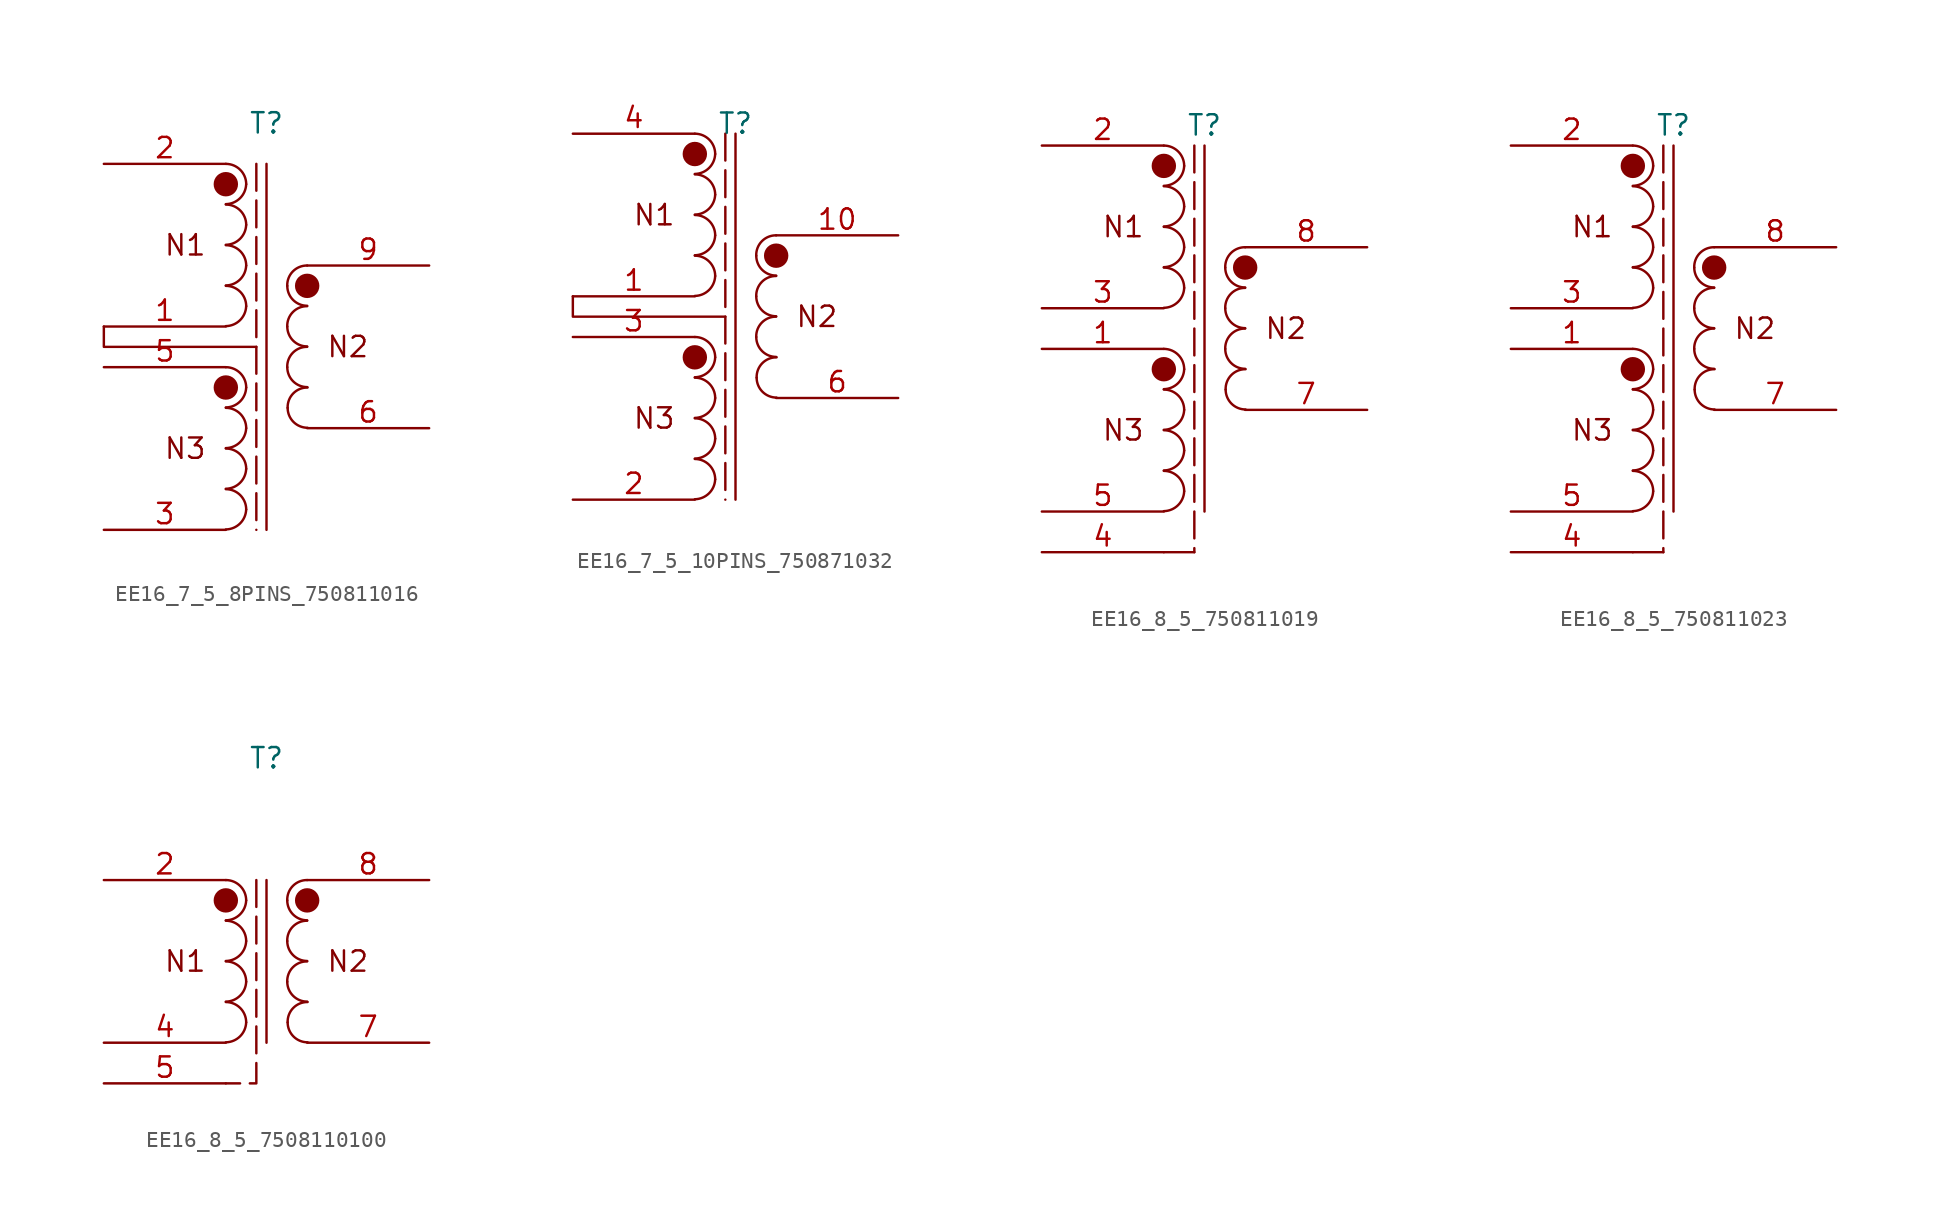
<source format=kicad_sym>
(kicad_symbol_lib
  (version 20220914)
  (generator kicad_symbol_editor)
  (symbol "EE16_7_5_8PINS_750811016"
    (pin_names hide)
    (property "Reference" "T"
      (at 0 13.97 0)
      (effects (font (size 1.27 1.27))))
    (symbol "EE16_7_5_8PINS_750811016_0_1"
      (arc (start -2.54 -11.4046) (mid -1.6561 -11.0363) (end -1.27 -10.16) (stroke (width 0) (type default)) (fill (type none)))
      (arc (start -2.54 -8.8646) (mid -1.6561 -8.4963) (end -1.27 -7.62) (stroke (width 0) (type default)) (fill (type none)))
      (arc (start -2.54 -6.3246) (mid -1.6561 -5.9563) (end -1.27 -5.08) (stroke (width 0) (type default)) (fill (type none)))
      (arc (start -2.54 -3.7846) (mid -1.6561 -3.4163) (end -1.27 -2.54) (stroke (width 0) (type default)) (fill (type none)))
      (arc (start -2.54 1.2954) (mid -1.6561 1.6637) (end -1.27 2.54) (stroke (width 0) (type default)) (fill (type none)))
      (arc (start -2.54 3.8354) (mid -1.6561 4.2037) (end -1.27 5.08) (stroke (width 0) (type default)) (fill (type none)))
      (arc (start -2.54 6.3754) (mid -1.6561 6.7437) (end -1.27 7.62) (stroke (width 0) (type default)) (fill (type none)))
      (arc (start -2.54 8.9154) (mid -1.6561 9.2837) (end -1.27 10.16) (stroke (width 0) (type default)) (fill (type none)))
      (arc (start -1.27 -10.16) (mid -1.642 -9.262) (end -2.54 -8.89) (stroke (width 0) (type default)) (fill (type none)))
      (arc (start -1.27 -7.62) (mid -1.642 -6.722) (end -2.54 -6.35) (stroke (width 0) (type default)) (fill (type none)))
      (arc (start -1.27 -5.08) (mid -1.642 -4.182) (end -2.54 -3.81) (stroke (width 0) (type default)) (fill (type none)))
      (arc (start -1.27 -2.54) (mid -1.642 -1.642) (end -2.54 -1.27) (stroke (width 0) (type default)) (fill (type none)))
      (arc (start -1.27 2.54) (mid -1.642 3.438) (end -2.54 3.81) (stroke (width 0) (type default)) (fill (type none)))
      (arc (start -1.27 5.08) (mid -1.642 5.978) (end -2.54 6.35) (stroke (width 0) (type default)) (fill (type none)))
      (arc (start -1.27 7.62) (mid -1.642 8.518) (end -2.54 8.89) (stroke (width 0) (type default)) (fill (type none)))
      (arc (start -1.27 10.16) (mid -1.642 11.058) (end -2.54 11.43) (stroke (width 0) (type default)) (fill (type none)))
      (polyline (pts (xy 0 11.43) (xy 0 -11.43)) (stroke (width 0) (type default)) (fill (type none)))
      (polyline (pts (xy -10.16 1.27) (xy -10.16 0) (xy -0.635 0)) (stroke (width 0) (type default)) (fill (type none)))
      (arc (start 1.2954 -1.27) (mid 1.6599 -2.1501) (end 2.54 -2.5146) (stroke (width 0) (type default)) (fill (type none)))
      (arc (start 1.2954 1.27) (mid 1.6599 0.3899) (end 2.54 0.0254) (stroke (width 0) (type default)) (fill (type none)))
      (arc (start 1.2954 3.81) (mid 1.6599 2.9299) (end 2.54 2.5654) (stroke (width 0) (type default)) (fill (type none)))
      (arc (start 1.3208 -3.81) (mid 1.6853 -4.6901) (end 2.5654 -5.0546) (stroke (width 0) (type default)) (fill (type none)))
      (arc (start 2.54 0) (mid 1.642 -0.372) (end 1.2954 -1.27) (stroke (width 0) (type default)) (fill (type none)))
      (arc (start 2.54 2.54) (mid 1.642 2.168) (end 1.2954 1.27) (stroke (width 0) (type default)) (fill (type none)))
      (arc (start 2.54 5.08) (mid 1.642 4.708) (end 1.2954 3.81) (stroke (width 0) (type default)) (fill (type none)))
      (arc (start 2.5654 -2.54) (mid 1.6674 -2.912) (end 1.3208 -3.81) (stroke (width 0) (type default)) (fill (type none))))
    (symbol "EE16_7_5_8PINS_750811016_1_1"
      (circle (center -2.54 -2.54) (radius 0.0001) (stroke (width 0.762) (type default)) (fill (type none)))
      (circle (center -2.54 10.16) (radius 0.0001) (stroke (width 0.762) (type default)) (fill (type none)))
      (polyline (pts (xy -0.635 11.43) (xy -0.635 -11.43)) (stroke (width 0) (type dash)) (fill (type none)))
      (circle (center 2.54 3.81) (radius 0.0001) (stroke (width 0.762) (type default)) (fill (type none)))
      (text "N1" (at -5.08 6.35 0) (effects (font (size 1.27 1.27))))
      (text "N2" (at 5.08 0 0) (effects (font (size 1.27 1.27))))
      (text "N3" (at -5.08 -6.35 0) (effects (font (size 1.27 1.27))))
      (pin passive line (at -10.16 1.27 0) (length 7.62) (name "1" (effects (font (size 1.27 1.27)))) (number "1" (effects (font (size 1.27 1.27)))))
      (pin passive line (at -10.16 11.43 0) (length 7.62) (name "2" (effects (font (size 1.27 1.27)))) (number "2" (effects (font (size 1.27 1.27)))))
      (pin passive line (at -10.16 -11.43 0) (length 7.62) (name "3" (effects (font (size 1.27 1.27)))) (number "3" (effects (font (size 1.27 1.27)))))
      (pin passive line (at -10.16 -1.27 0) (length 7.62) (name "5" (effects (font (size 1.27 1.27)))) (number "5" (effects (font (size 1.27 1.27)))))
      (pin passive line (at 10.16 -5.08 180) (length 7.62) (name "6" (effects (font (size 1.27 1.27)))) (number "6" (effects (font (size 1.27 1.27)))))
      (pin passive line (at 10.16 5.08 180) (length 7.62) (name "9" (effects (font (size 1.27 1.27)))) (number "9" (effects (font (size 1.27 1.27)))))))
  (symbol "EE16_7_5_10PINS_750871032"
    (pin_names hide)
    (property "Reference" "T"
      (at 0 12.065 0)
      (effects (font (size 1.27 1.27))))
    (symbol "EE16_7_5_10PINS_750871032_0_1"
      (arc (start -2.54 -11.4046) (mid -1.6561 -11.0363) (end -1.27 -10.16) (stroke (width 0) (type default)) (fill (type none)))
      (arc (start -2.54 -8.8646) (mid -1.6561 -8.4963) (end -1.27 -7.62) (stroke (width 0) (type default)) (fill (type none)))
      (arc (start -2.54 -6.3246) (mid -1.6561 -5.9563) (end -1.27 -5.08) (stroke (width 0) (type default)) (fill (type none)))
      (arc (start -2.54 -3.7846) (mid -1.6561 -3.4163) (end -1.27 -2.54) (stroke (width 0) (type default)) (fill (type none)))
      (arc (start -2.54 1.2954) (mid -1.6561 1.6637) (end -1.27 2.54) (stroke (width 0) (type default)) (fill (type none)))
      (arc (start -2.54 3.8354) (mid -1.6561 4.2037) (end -1.27 5.08) (stroke (width 0) (type default)) (fill (type none)))
      (arc (start -2.54 6.3754) (mid -1.6561 6.7437) (end -1.27 7.62) (stroke (width 0) (type default)) (fill (type none)))
      (arc (start -2.54 8.9154) (mid -1.6561 9.2837) (end -1.27 10.16) (stroke (width 0) (type default)) (fill (type none)))
      (arc (start -1.27 -10.16) (mid -1.642 -9.262) (end -2.54 -8.89) (stroke (width 0) (type default)) (fill (type none)))
      (arc (start -1.27 -7.62) (mid -1.642 -6.722) (end -2.54 -6.35) (stroke (width 0) (type default)) (fill (type none)))
      (arc (start -1.27 -5.08) (mid -1.642 -4.182) (end -2.54 -3.81) (stroke (width 0) (type default)) (fill (type none)))
      (arc (start -1.27 -2.54) (mid -1.642 -1.642) (end -2.54 -1.27) (stroke (width 0) (type default)) (fill (type none)))
      (arc (start -1.27 2.54) (mid -1.642 3.438) (end -2.54 3.81) (stroke (width 0) (type default)) (fill (type none)))
      (arc (start -1.27 5.08) (mid -1.642 5.978) (end -2.54 6.35) (stroke (width 0) (type default)) (fill (type none)))
      (arc (start -1.27 7.62) (mid -1.642 8.518) (end -2.54 8.89) (stroke (width 0) (type default)) (fill (type none)))
      (arc (start -1.27 10.16) (mid -1.642 11.058) (end -2.54 11.43) (stroke (width 0) (type default)) (fill (type none)))
      (polyline (pts (xy 0 11.43) (xy 0 -11.43)) (stroke (width 0) (type default)) (fill (type none)))
      (polyline (pts (xy -10.16 1.27) (xy -10.16 0) (xy -0.635 0)) (stroke (width 0) (type default)) (fill (type none)))
      (arc (start 1.2954 -1.27) (mid 1.6599 -2.1501) (end 2.54 -2.5146) (stroke (width 0) (type default)) (fill (type none)))
      (arc (start 1.2954 1.27) (mid 1.6599 0.3899) (end 2.54 0.0254) (stroke (width 0) (type default)) (fill (type none)))
      (arc (start 1.2954 3.81) (mid 1.6599 2.9299) (end 2.54 2.5654) (stroke (width 0) (type default)) (fill (type none)))
      (arc (start 1.3208 -3.81) (mid 1.6853 -4.6901) (end 2.5654 -5.0546) (stroke (width 0) (type default)) (fill (type none)))
      (arc (start 2.54 0) (mid 1.642 -0.372) (end 1.2954 -1.27) (stroke (width 0) (type default)) (fill (type none)))
      (arc (start 2.54 2.54) (mid 1.642 2.168) (end 1.2954 1.27) (stroke (width 0) (type default)) (fill (type none)))
      (arc (start 2.54 5.08) (mid 1.642 4.708) (end 1.2954 3.81) (stroke (width 0) (type default)) (fill (type none)))
      (arc (start 2.5654 -2.54) (mid 1.6674 -2.912) (end 1.3208 -3.81) (stroke (width 0) (type default)) (fill (type none))))
    (symbol "EE16_7_5_10PINS_750871032_1_1"
      (circle (center -2.54 -2.54) (radius 0.0001) (stroke (width 0.762) (type default)) (fill (type none)))
      (circle (center -2.54 10.16) (radius 0.0001) (stroke (width 0.762) (type default)) (fill (type none)))
      (polyline (pts (xy -0.635 11.43) (xy -0.635 -11.43)) (stroke (width 0) (type dash)) (fill (type none)))
      (circle (center 2.54 3.81) (radius 0.0001) (stroke (width 0.762) (type default)) (fill (type none)))
      (text "N1" (at -5.08 6.35 0) (effects (font (size 1.27 1.27))))
      (text "N2" (at 5.08 0 0) (effects (font (size 1.27 1.27))))
      (text "N3" (at -5.08 -6.35 0) (effects (font (size 1.27 1.27))))
      (pin passive line (at -10.16 1.27 0) (length 7.62) (name "1" (effects (font (size 1.27 1.27)))) (number "1" (effects (font (size 1.27 1.27)))))
      (pin passive line (at 10.16 5.08 180) (length 7.62) (name "10" (effects (font (size 1.27 1.27)))) (number "10" (effects (font (size 1.27 1.27)))))
      (pin passive line (at -10.16 -11.43 0) (length 7.62) (name "2" (effects (font (size 1.27 1.27)))) (number "2" (effects (font (size 1.27 1.27)))))
      (pin passive line (at -10.16 -1.27 0) (length 7.62) (name "3" (effects (font (size 1.27 1.27)))) (number "3" (effects (font (size 1.27 1.27)))))
      (pin passive line (at -10.16 11.43 0) (length 7.62) (name "4" (effects (font (size 1.27 1.27)))) (number "4" (effects (font (size 1.27 1.27)))))
      (pin passive line (at 10.16 -5.08 180) (length 7.62) (name "6" (effects (font (size 1.27 1.27)))) (number "6" (effects (font (size 1.27 1.27)))))))
  (symbol "EE16_8_5_750811019"
    (pin_names hide)
    (property "Reference" "T"
      (at 0 12.7 0)
      (effects (font (size 1.27 1.27))))
    (symbol "EE16_8_5_750811019_0_1"
      (arc (start -2.54 -11.4046) (mid -1.6561 -11.0363) (end -1.27 -10.16) (stroke (width 0) (type default)) (fill (type none)))
      (arc (start -2.54 -8.8646) (mid -1.6561 -8.4963) (end -1.27 -7.62) (stroke (width 0) (type default)) (fill (type none)))
      (arc (start -2.54 -6.3246) (mid -1.6561 -5.9563) (end -1.27 -5.08) (stroke (width 0) (type default)) (fill (type none)))
      (arc (start -2.54 -3.7846) (mid -1.6561 -3.4163) (end -1.27 -2.54) (stroke (width 0) (type default)) (fill (type none)))
      (arc (start -2.54 1.2954) (mid -1.6561 1.6637) (end -1.27 2.54) (stroke (width 0) (type default)) (fill (type none)))
      (arc (start -2.54 3.8354) (mid -1.6561 4.2037) (end -1.27 5.08) (stroke (width 0) (type default)) (fill (type none)))
      (arc (start -2.54 6.3754) (mid -1.6561 6.7437) (end -1.27 7.62) (stroke (width 0) (type default)) (fill (type none)))
      (arc (start -2.54 8.9154) (mid -1.6561 9.2837) (end -1.27 10.16) (stroke (width 0) (type default)) (fill (type none)))
      (arc (start -1.27 -10.16) (mid -1.642 -9.262) (end -2.54 -8.89) (stroke (width 0) (type default)) (fill (type none)))
      (arc (start -1.27 -7.62) (mid -1.642 -6.722) (end -2.54 -6.35) (stroke (width 0) (type default)) (fill (type none)))
      (arc (start -1.27 -5.08) (mid -1.642 -4.182) (end -2.54 -3.81) (stroke (width 0) (type default)) (fill (type none)))
      (arc (start -1.27 -2.54) (mid -1.642 -1.642) (end -2.54 -1.27) (stroke (width 0) (type default)) (fill (type none)))
      (arc (start -1.27 2.54) (mid -1.642 3.438) (end -2.54 3.81) (stroke (width 0) (type default)) (fill (type none)))
      (arc (start -1.27 5.08) (mid -1.642 5.978) (end -2.54 6.35) (stroke (width 0) (type default)) (fill (type none)))
      (arc (start -1.27 7.62) (mid -1.642 8.518) (end -2.54 8.89) (stroke (width 0) (type default)) (fill (type none)))
      (arc (start -1.27 10.16) (mid -1.642 11.058) (end -2.54 11.43) (stroke (width 0) (type default)) (fill (type none)))
      (polyline (pts (xy -2.54 -13.97) (xy -0.635 -13.97)) (stroke (width 0) (type default)) (fill (type none)))
      (polyline (pts (xy 0 11.43) (xy 0 -11.43)) (stroke (width 0) (type default)) (fill (type none)))
      (arc (start 1.2954 -1.27) (mid 1.6599 -2.1501) (end 2.54 -2.5146) (stroke (width 0) (type default)) (fill (type none)))
      (arc (start 1.2954 1.27) (mid 1.6599 0.3899) (end 2.54 0.0254) (stroke (width 0) (type default)) (fill (type none)))
      (arc (start 1.2954 3.81) (mid 1.6599 2.9299) (end 2.54 2.5654) (stroke (width 0) (type default)) (fill (type none)))
      (arc (start 1.3208 -3.81) (mid 1.6853 -4.6901) (end 2.5654 -5.0546) (stroke (width 0) (type default)) (fill (type none)))
      (arc (start 2.54 0) (mid 1.642 -0.372) (end 1.2954 -1.27) (stroke (width 0) (type default)) (fill (type none)))
      (arc (start 2.54 2.54) (mid 1.642 2.168) (end 1.2954 1.27) (stroke (width 0) (type default)) (fill (type none)))
      (arc (start 2.54 5.08) (mid 1.642 4.708) (end 1.2954 3.81) (stroke (width 0) (type default)) (fill (type none)))
      (arc (start 2.5654 -2.54) (mid 1.6674 -2.912) (end 1.3208 -3.81) (stroke (width 0) (type default)) (fill (type none))))
    (symbol "EE16_8_5_750811019_1_1"
      (circle (center -2.54 -2.54) (radius 0.0001) (stroke (width 0.762) (type default)) (fill (type none)))
      (circle (center -2.54 10.16) (radius 0.0001) (stroke (width 0.762) (type default)) (fill (type none)))
      (polyline (pts (xy -0.635 11.43) (xy -0.635 -13.97)) (stroke (width 0) (type dash)) (fill (type none)))
      (circle (center 2.54 3.81) (radius 0.0001) (stroke (width 0.762) (type default)) (fill (type none)))
      (text "N1" (at -5.08 6.35 0) (effects (font (size 1.27 1.27))))
      (text "N2" (at 5.08 0 0) (effects (font (size 1.27 1.27))))
      (text "N3" (at -5.08 -6.35 0) (effects (font (size 1.27 1.27))))
      (pin passive line (at -10.16 -1.27 0) (length 7.62) (name "1" (effects (font (size 1.27 1.27)))) (number "1" (effects (font (size 1.27 1.27)))))
      (pin passive line (at -10.16 11.43 0) (length 7.62) (name "2" (effects (font (size 1.27 1.27)))) (number "2" (effects (font (size 1.27 1.27)))))
      (pin passive line (at -10.16 1.27 0) (length 7.62) (name "3" (effects (font (size 1.27 1.27)))) (number "3" (effects (font (size 1.27 1.27)))))
      (pin passive line (at -10.16 -13.97 0) (length 7.62) (name "4" (effects (font (size 1.27 1.27)))) (number "4" (effects (font (size 1.27 1.27)))))
      (pin passive line (at -10.16 -11.43 0) (length 7.62) (name "5" (effects (font (size 1.27 1.27)))) (number "5" (effects (font (size 1.27 1.27)))))
      (pin passive line (at 10.16 -5.08 180) (length 7.62) (name "7" (effects (font (size 1.27 1.27)))) (number "7" (effects (font (size 1.27 1.27)))))
      (pin passive line (at 10.16 5.08 180) (length 7.62) (name "8" (effects (font (size 1.27 1.27)))) (number "8" (effects (font (size 1.27 1.27)))))))
  (symbol "EE16_8_5_750811023"
    (pin_names hide)
    (property "Reference" "T"
      (at 0 12.7 0)
      (effects (font (size 1.27 1.27))))
    (symbol "EE16_8_5_750811023_0_1"
      (arc (start -2.54 -11.4046) (mid -1.6561 -11.0363) (end -1.27 -10.16) (stroke (width 0) (type default)) (fill (type none)))
      (arc (start -2.54 -8.8646) (mid -1.6561 -8.4963) (end -1.27 -7.62) (stroke (width 0) (type default)) (fill (type none)))
      (arc (start -2.54 -6.3246) (mid -1.6561 -5.9563) (end -1.27 -5.08) (stroke (width 0) (type default)) (fill (type none)))
      (arc (start -2.54 -3.7846) (mid -1.6561 -3.4163) (end -1.27 -2.54) (stroke (width 0) (type default)) (fill (type none)))
      (arc (start -2.54 1.2954) (mid -1.6561 1.6637) (end -1.27 2.54) (stroke (width 0) (type default)) (fill (type none)))
      (arc (start -2.54 3.8354) (mid -1.6561 4.2037) (end -1.27 5.08) (stroke (width 0) (type default)) (fill (type none)))
      (arc (start -2.54 6.3754) (mid -1.6561 6.7437) (end -1.27 7.62) (stroke (width 0) (type default)) (fill (type none)))
      (arc (start -2.54 8.9154) (mid -1.6561 9.2837) (end -1.27 10.16) (stroke (width 0) (type default)) (fill (type none)))
      (arc (start -1.27 -10.16) (mid -1.642 -9.262) (end -2.54 -8.89) (stroke (width 0) (type default)) (fill (type none)))
      (arc (start -1.27 -7.62) (mid -1.642 -6.722) (end -2.54 -6.35) (stroke (width 0) (type default)) (fill (type none)))
      (arc (start -1.27 -5.08) (mid -1.642 -4.182) (end -2.54 -3.81) (stroke (width 0) (type default)) (fill (type none)))
      (arc (start -1.27 -2.54) (mid -1.642 -1.642) (end -2.54 -1.27) (stroke (width 0) (type default)) (fill (type none)))
      (arc (start -1.27 2.54) (mid -1.642 3.438) (end -2.54 3.81) (stroke (width 0) (type default)) (fill (type none)))
      (arc (start -1.27 5.08) (mid -1.642 5.978) (end -2.54 6.35) (stroke (width 0) (type default)) (fill (type none)))
      (arc (start -1.27 7.62) (mid -1.642 8.518) (end -2.54 8.89) (stroke (width 0) (type default)) (fill (type none)))
      (arc (start -1.27 10.16) (mid -1.642 11.058) (end -2.54 11.43) (stroke (width 0) (type default)) (fill (type none)))
      (polyline (pts (xy -0.635 -13.97) (xy -2.54 -13.97)) (stroke (width 0) (type default)) (fill (type none)))
      (polyline (pts (xy 0 11.43) (xy 0 -11.43)) (stroke (width 0) (type default)) (fill (type none)))
      (arc (start 1.2954 -1.27) (mid 1.6599 -2.1501) (end 2.54 -2.5146) (stroke (width 0) (type default)) (fill (type none)))
      (arc (start 1.2954 1.27) (mid 1.6599 0.3899) (end 2.54 0.0254) (stroke (width 0) (type default)) (fill (type none)))
      (arc (start 1.2954 3.81) (mid 1.6599 2.9299) (end 2.54 2.5654) (stroke (width 0) (type default)) (fill (type none)))
      (arc (start 1.3208 -3.81) (mid 1.6853 -4.6901) (end 2.5654 -5.0546) (stroke (width 0) (type default)) (fill (type none)))
      (arc (start 2.54 0) (mid 1.642 -0.372) (end 1.2954 -1.27) (stroke (width 0) (type default)) (fill (type none)))
      (arc (start 2.54 2.54) (mid 1.642 2.168) (end 1.2954 1.27) (stroke (width 0) (type default)) (fill (type none)))
      (arc (start 2.54 5.08) (mid 1.642 4.708) (end 1.2954 3.81) (stroke (width 0) (type default)) (fill (type none)))
      (arc (start 2.5654 -2.54) (mid 1.6674 -2.912) (end 1.3208 -3.81) (stroke (width 0) (type default)) (fill (type none))))
    (symbol "EE16_8_5_750811023_1_1"
      (circle (center -2.54 -2.54) (radius 0.0001) (stroke (width 0.762) (type default)) (fill (type none)))
      (circle (center -2.54 10.16) (radius 0.0001) (stroke (width 0.762) (type default)) (fill (type none)))
      (polyline (pts (xy -0.635 11.43) (xy -0.635 -13.97)) (stroke (width 0) (type dash)) (fill (type none)))
      (circle (center 2.54 3.81) (radius 0.0001) (stroke (width 0.762) (type default)) (fill (type none)))
      (text "N1" (at -5.08 6.35 0) (effects (font (size 1.27 1.27))))
      (text "N2" (at 5.08 0 0) (effects (font (size 1.27 1.27))))
      (text "N3" (at -5.08 -6.35 0) (effects (font (size 1.27 1.27))))
      (pin passive line (at -10.16 -1.27 0) (length 7.62) (name "1" (effects (font (size 1.27 1.27)))) (number "1" (effects (font (size 1.27 1.27)))))
      (pin passive line (at -10.16 11.43 0) (length 7.62) (name "2" (effects (font (size 1.27 1.27)))) (number "2" (effects (font (size 1.27 1.27)))))
      (pin passive line (at -10.16 1.27 0) (length 7.62) (name "3" (effects (font (size 1.27 1.27)))) (number "3" (effects (font (size 1.27 1.27)))))
      (pin passive line (at -10.16 -13.97 0) (length 7.62) (name "4" (effects (font (size 1.27 1.27)))) (number "4" (effects (font (size 1.27 1.27)))))
      (pin passive line (at -10.16 -11.43 0) (length 7.62) (name "5" (effects (font (size 1.27 1.27)))) (number "5" (effects (font (size 1.27 1.27)))))
      (pin passive line (at 10.16 -5.08 180) (length 7.62) (name "7" (effects (font (size 1.27 1.27)))) (number "7" (effects (font (size 1.27 1.27)))))
      (pin passive line (at 10.16 5.08 180) (length 7.62) (name "8" (effects (font (size 1.27 1.27)))) (number "8" (effects (font (size 1.27 1.27)))))))
  (symbol "EE16_8_5_7508110100"
    (pin_names hide)
    (property "Reference" "T"
      (at 0 12.7 0)
      (effects (font (size 1.27 1.27))))
    (symbol "EE16_8_5_7508110100_0_1"
      (arc (start -2.54 -5.0546) (mid -1.6599 -4.6901) (end -1.27 -3.81) (stroke (width 0) (type default)) (fill (type none)))
      (arc (start -2.54 -2.5146) (mid -1.6599 -2.1501) (end -1.27 -1.27) (stroke (width 0) (type default)) (fill (type none)))
      (arc (start -2.54 0.0254) (mid -1.6599 0.3899) (end -1.27 1.27) (stroke (width 0) (type default)) (fill (type none)))
      (arc (start -2.54 2.5654) (mid -1.6599 2.9299) (end -1.27 3.81) (stroke (width 0) (type default)) (fill (type none)))
      (arc (start -1.27 -3.81) (mid -1.642 -2.912) (end -2.54 -2.54) (stroke (width 0) (type default)) (fill (type none)))
      (arc (start -1.27 -1.27) (mid -1.642 -0.372) (end -2.54 0) (stroke (width 0) (type default)) (fill (type none)))
      (arc (start -1.27 1.27) (mid -1.642 2.168) (end -2.54 2.54) (stroke (width 0) (type default)) (fill (type none)))
      (arc (start -1.27 3.81) (mid -1.642 4.708) (end -2.54 5.08) (stroke (width 0) (type default)) (fill (type none)))
      (polyline (pts (xy 0 5.08) (xy 0 -5.08)) (stroke (width 0) (type default)) (fill (type none)))
      (arc (start 1.2954 -1.27) (mid 1.6599 -2.1501) (end 2.54 -2.5146) (stroke (width 0) (type default)) (fill (type none)))
      (arc (start 1.2954 1.27) (mid 1.6599 0.3899) (end 2.54 0.0254) (stroke (width 0) (type default)) (fill (type none)))
      (arc (start 1.2954 3.81) (mid 1.6599 2.9299) (end 2.54 2.5654) (stroke (width 0) (type default)) (fill (type none)))
      (arc (start 1.3208 -3.81) (mid 1.6853 -4.6901) (end 2.5654 -5.0546) (stroke (width 0) (type default)) (fill (type none)))
      (arc (start 2.54 0) (mid 1.642 -0.372) (end 1.2954 -1.27) (stroke (width 0) (type default)) (fill (type none)))
      (arc (start 2.54 2.54) (mid 1.642 2.168) (end 1.2954 1.27) (stroke (width 0) (type default)) (fill (type none)))
      (arc (start 2.54 5.08) (mid 1.642 4.708) (end 1.2954 3.81) (stroke (width 0) (type default)) (fill (type none)))
      (arc (start 2.5654 -2.54) (mid 1.6674 -2.912) (end 1.3208 -3.81) (stroke (width 0) (type default)) (fill (type none))))
    (symbol "EE16_8_5_7508110100_1_1"
      (circle (center -2.54 3.81) (radius 0.0001) (stroke (width 0.762) (type default)) (fill (type none)))
      (polyline (pts (xy -0.635 5.08) (xy -0.635 -7.62) (xy -2.54 -7.62)) (stroke (width 0) (type dash)) (fill (type none)))
      (circle (center 2.54 3.81) (radius 0.0001) (stroke (width 0.762) (type default)) (fill (type none)))
      (text "N1" (at -5.08 0 0) (effects (font (size 1.27 1.27))))
      (text "N2" (at 5.08 0 0) (effects (font (size 1.27 1.27))))
      (pin passive line (at -10.16 5.08 0) (length 7.62) (name "2" (effects (font (size 1.27 1.27)))) (number "2" (effects (font (size 1.27 1.27)))))
      (pin passive line (at -10.16 -5.08 0) (length 7.62) (name "4" (effects (font (size 1.27 1.27)))) (number "4" (effects (font (size 1.27 1.27)))))
      (pin passive line (at -10.16 -7.62 0) (length 7.62) (name "5" (effects (font (size 1.27 1.27)))) (number "5" (effects (font (size 1.27 1.27)))))
      (pin passive line (at 10.16 -5.08 180) (length 7.62) (name "7" (effects (font (size 1.27 1.27)))) (number "7" (effects (font (size 1.27 1.27)))))
      (pin passive line (at 10.16 5.08 180) (length 7.62) (name "8" (effects (font (size 1.27 1.27)))) (number "8" (effects (font (size 1.27 1.27))))))))
</source>
